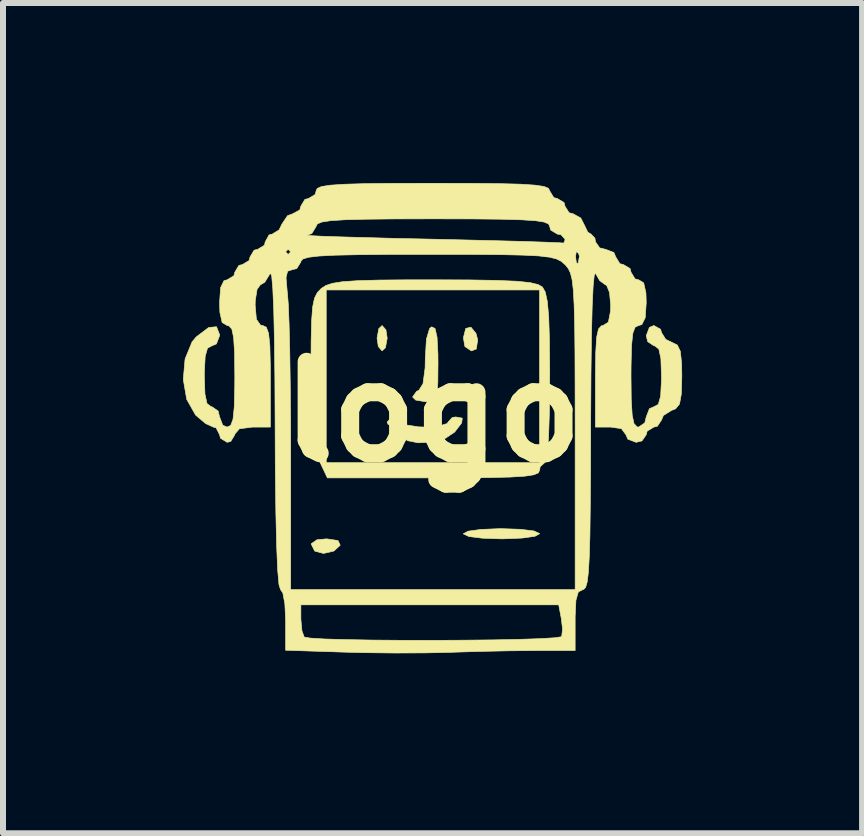
<source format=kicad_pcb>
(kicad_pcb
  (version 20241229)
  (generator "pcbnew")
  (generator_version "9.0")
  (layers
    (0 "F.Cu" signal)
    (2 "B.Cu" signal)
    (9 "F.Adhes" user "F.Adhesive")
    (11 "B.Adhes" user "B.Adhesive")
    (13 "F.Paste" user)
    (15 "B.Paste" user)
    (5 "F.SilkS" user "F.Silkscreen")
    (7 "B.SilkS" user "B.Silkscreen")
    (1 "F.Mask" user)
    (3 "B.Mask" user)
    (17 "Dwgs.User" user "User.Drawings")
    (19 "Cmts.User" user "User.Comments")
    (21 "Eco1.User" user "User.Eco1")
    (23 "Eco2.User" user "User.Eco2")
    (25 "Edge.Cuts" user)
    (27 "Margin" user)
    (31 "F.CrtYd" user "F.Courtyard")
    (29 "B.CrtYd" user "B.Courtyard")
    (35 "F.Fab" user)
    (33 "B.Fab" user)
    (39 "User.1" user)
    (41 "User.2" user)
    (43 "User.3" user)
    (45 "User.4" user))
  (footprint "logo"
    (layer "F.Cu")
    (at 4.166 3.815)
    (property "Reference" "logo" (at 0 0 0) (layer "F.SilkS") (effects (font (size 1.524 1.524) (thickness 0.3))))
    (attr through_hole)
    (fp_poly (pts (xy -0.783 -1.367) (xy -0.762 -1.228) (xy -0.791 -1.069) (xy -0.847 -1.016) (xy -0.91 -1.088) (xy -0.931 -1.228) (xy -0.902 -1.387) (xy -0.847 -1.439) (xy -0.783 -1.367)) (stroke (width 0.01) (type solid)) (fill yes) (layer "F.SilkS"))
    (fp_poly (pts (xy 0.718 -1.308) (xy 0.747 -1.2) (xy 0.723 -1.047) (xy 0.641 -1.016) (xy 0.533 -1.089) (xy 0.508 -1.235) (xy 0.547 -1.39) (xy 0.633 -1.412) (xy 0.718 -1.308)) (stroke (width 0.01) (type solid)) (fill yes) (layer "F.SilkS"))
    (fp_poly (pts (xy -1.582 2.145) (xy -1.545 2.223) (xy -1.65 2.32) (xy -1.824 2.36) (xy -1.967 2.322) (xy -1.972 2.318) (xy -2.03 2.2) (xy -1.932 2.132) (xy -1.771 2.117) (xy -1.582 2.145)) (stroke (width 0.01) (type solid)) (fill yes) (layer "F.SilkS"))
    (fp_poly (pts (xy 1.463 1.958) (xy 1.686 1.986) (xy 1.777 2.028) (xy 1.778 2.032) (xy 1.699 2.075) (xy 1.486 2.104) (xy 1.173 2.117) (xy 1.143 2.117) (xy 0.823 2.106) (xy 0.6 2.078) (xy 0.509 2.036) (xy 0.508 2.032) (xy 0.587 1.989) (xy 0.8 1.96) (xy 1.113 1.947) (xy 1.143 1.947) (xy 1.463 1.958)) (stroke (width 0.01) (type solid)) (fill yes) (layer "F.SilkS"))
    (fp_poly (pts (xy 0.036 -1.389) (xy 0.069 -1.244) (xy 0.084 -0.959) (xy 0.085 -0.811) (xy 0.082 -0.486) (xy 0.067 -0.295) (xy 0.026 -0.202) (xy -0.05 -0.172) (xy -0.127 -0.169) (xy -0.286 -0.196) (xy -0.339 -0.247) (xy -0.272 -0.342) (xy -0.233 -0.36) (xy -0.165 -0.469) (xy -0.13 -0.732) (xy -0.127 -0.888) (xy -0.108 -1.212) (xy -0.055 -1.39) (xy -0.021 -1.417) (xy 0.036 -1.389)) (stroke (width 0.01) (type solid)) (fill yes) (layer "F.SilkS"))
    (fp_poly (pts (xy 0.49 0.105) (xy 0.479 0.186) (xy 0.362 0.338) (xy 0.204 0.443) (xy -0.016 0.503) (xy -0.245 0.516) (xy -0.427 0.48) (xy -0.508 0.39) (xy -0.508 0.381) (xy -0.576 0.269) (xy -0.635 0.254) (xy -0.748 0.208) (xy -0.762 0.169) (xy -0.693 0.094) (xy -0.635 0.085) (xy -0.522 0.13) (xy -0.508 0.169) (xy -0.432 0.22) (xy -0.241 0.25) (xy -0.127 0.254) (xy 0.1 0.237) (xy 0.237 0.195) (xy 0.254 0.169) (xy 0.323 0.094) (xy 0.381 0.085) (xy 0.49 0.105)) (stroke (width 0.01) (type solid)) (fill yes) (layer "F.SilkS"))
    (fp_poly (pts (xy 0.612 -2.199) (xy 1.069 -2.191) (xy 1.398 -2.177) (xy 1.621 -2.154) (xy 1.757 -2.121) (xy 1.826 -2.08) (xy 1.873 -1.997) (xy 1.907 -1.841) (xy 1.93 -1.589) (xy 1.942 -1.219) (xy 1.947 -0.708) (xy 1.947 -0.556) (xy 1.942 -0.004) (xy 1.928 0.421) (xy 1.905 0.706) (xy 1.874 0.839) (xy 1.863 0.847) (xy 1.788 0.915) (xy 1.778 0.974) (xy 1.758 1.017) (xy 1.683 1.049) (xy 1.534 1.072) (xy 1.291 1.087) (xy 0.932 1.096) (xy 0.439 1.1) (xy 0.01 1.101) (xy -1.759 1.101) (xy -1.895 0.813) (xy -1.954 0.648) (xy -1.994 0.421) (xy -2.019 0.104) (xy -2.03 -0.333) (xy -2.032 -0.692) (xy -2.03 -1.174) (xy -2.022 -1.516) (xy -2.005 -1.746) (xy -1.974 -1.894) (xy -1.926 -1.989) (xy -1.884 -2.032) (xy -1.778 -2.032) (xy -1.778 0.847) (xy 1.778 0.847) (xy 1.778 -2.032) (xy -1.778 -2.032) (xy -1.884 -2.032) (xy -1.862 -2.056) (xy -1.785 -2.106) (xy -1.673 -2.143) (xy -1.501 -2.17) (xy -1.247 -2.187) (xy -0.887 -2.197) (xy -0.396 -2.201) (xy 0.007 -2.201) (xy 0.612 -2.199)) (stroke (width 0.01) (type solid)) (fill yes) (layer "F.SilkS"))
    (fp_poly (pts (xy 0.631 -3.809) (xy 1.113 -3.804) (xy 1.463 -3.795) (xy 1.703 -3.779) (xy 1.851 -3.757) (xy 1.926 -3.726) (xy 1.947 -3.685) (xy 1.947 -3.683) (xy 2.015 -3.571) (xy 2.074 -3.556) (xy 2.187 -3.488) (xy 2.201 -3.429) (xy 2.27 -3.319) (xy 2.336 -3.302) (xy 2.465 -3.231) (xy 2.515 -3.133) (xy 2.582 -2.995) (xy 2.635 -2.963) (xy 2.701 -2.895) (xy 2.709 -2.836) (xy 2.78 -2.733) (xy 2.879 -2.709) (xy 3.017 -2.656) (xy 3.048 -2.582) (xy 3.116 -2.47) (xy 3.175 -2.455) (xy 3.287 -2.388) (xy 3.302 -2.328) (xy 3.37 -2.216) (xy 3.429 -2.201) (xy 3.513 -2.151) (xy 3.551 -1.982) (xy 3.556 -1.82) (xy 3.539 -1.569) (xy 3.483 -1.455) (xy 3.429 -1.439) (xy 3.37 -1.411) (xy 3.332 -1.309) (xy 3.311 -1.104) (xy 3.303 -0.769) (xy 3.302 -0.593) (xy 3.306 -0.198) (xy 3.322 0.056) (xy 3.352 0.196) (xy 3.403 0.25) (xy 3.429 0.254) (xy 3.532 0.183) (xy 3.556 0.085) (xy 3.609 -0.053) (xy 3.683 -0.085) (xy 3.757 -0.124) (xy 3.796 -0.262) (xy 3.81 -0.531) (xy 3.81 -0.593) (xy 3.8 -0.888) (xy 3.766 -1.046) (xy 3.698 -1.1) (xy 3.683 -1.101) (xy 3.58 -1.171) (xy 3.556 -1.27) (xy 3.609 -1.408) (xy 3.683 -1.439) (xy 3.795 -1.377) (xy 3.81 -1.322) (xy 3.881 -1.208) (xy 3.979 -1.161) (xy 4.074 -1.114) (xy 4.125 -1.008) (xy 4.146 -0.801) (xy 4.149 -0.593) (xy 4.141 -0.298) (xy 4.111 -0.131) (xy 4.046 -0.051) (xy 3.979 -0.025) (xy 3.842 0.061) (xy 3.81 0.137) (xy 3.742 0.24) (xy 3.683 0.254) (xy 3.571 0.322) (xy 3.556 0.381) (xy 3.485 0.484) (xy 3.387 0.508) (xy 3.249 0.455) (xy 3.217 0.381) (xy 3.142 0.28) (xy 2.963 0.254) (xy 2.709 0.254) (xy 2.709 -0.593) (xy 2.714 -0.987) (xy 2.729 -1.241) (xy 2.76 -1.381) (xy 2.81 -1.435) (xy 2.836 -1.439) (xy 2.925 -1.495) (xy 2.961 -1.681) (xy 2.963 -1.778) (xy 2.944 -1.99) (xy 2.896 -2.108) (xy 2.876 -2.117) (xy 2.781 -2.186) (xy 2.712 -2.307) (xy 2.69 -2.282) (xy 2.671 -2.096) (xy 2.655 -1.755) (xy 2.643 -1.267) (xy 2.635 -0.639) (xy 2.63 0.12) (xy 2.63 0.233) (xy 2.628 0.994) (xy 2.623 1.602) (xy 2.617 2.073) (xy 2.606 2.425) (xy 2.592 2.673) (xy 2.572 2.834) (xy 2.546 2.924) (xy 2.514 2.96) (xy 2.498 2.963) (xy 2.424 3.002) (xy 2.384 3.141) (xy 2.371 3.41) (xy 2.371 3.471) (xy 2.371 3.979) (xy 1.706 3.979) (xy 1.286 3.983) (xy 0.795 3.993) (xy 0.333 4.007) (xy 0.288 4.009) (xy -0.126 4.018) (xy -0.633 4.02) (xy -1.155 4.014) (xy -1.46 4.006) (xy -2.455 3.974) (xy -2.455 3.469) (xy -2.467 3.217) (xy -2.201 3.217) (xy -2.201 3.457) (xy -2.183 3.651) (xy -2.145 3.754) (xy -2.046 3.771) (xy -1.807 3.786) (xy -1.456 3.796) (xy -1.02 3.804) (xy -0.528 3.808) (xy -0.008 3.809) (xy 0.513 3.806) (xy 1.006 3.801) (xy 1.443 3.792) (xy 1.798 3.78) (xy 2.041 3.765) (xy 2.145 3.748) (xy 2.146 3.746) (xy 2.161 3.623) (xy 2.141 3.45) (xy 2.097 3.217) (xy -2.201 3.217) (xy -2.467 3.217) (xy -2.468 3.199) (xy -2.502 3.017) (xy -2.54 2.963) (xy -2.566 2.88) (xy -2.588 2.632) (xy -2.605 2.226) (xy -2.618 1.666) (xy -2.627 0.959) (xy -2.63 0.233) (xy -2.634 -0.544) (xy -2.642 -1.19) (xy -2.653 -1.697) (xy -2.669 -2.058) (xy -2.685 -2.237) (xy -2.448 -2.237) (xy -2.429 -2.01) (xy -2.425 -1.978) (xy -2.41 -1.788) (xy -2.397 -1.456) (xy -2.386 -1.009) (xy -2.378 -0.474) (xy -2.372 0.121) (xy -2.371 0.689) (xy -2.371 2.963) (xy 2.371 2.963) (xy 2.371 0.339) (xy 2.37 -0.398) (xy 2.368 -0.985) (xy 2.363 -1.439) (xy 2.354 -1.781) (xy 2.341 -2.027) (xy 2.321 -2.199) (xy 2.293 -2.313) (xy 2.257 -2.388) (xy 2.212 -2.445) (xy 2.201 -2.455) (xy 2.141 -2.508) (xy 2.062 -2.548) (xy 1.945 -2.578) (xy 1.847 -2.589) (xy 2.377 -2.589) (xy 2.393 -2.48) (xy 2.422 -2.478) (xy 2.442 -2.592) (xy 2.429 -2.641) (xy 2.391 -2.673) (xy 2.377 -2.589) (xy 1.847 -2.589) (xy 1.768 -2.599) (xy 1.509 -2.612) (xy 1.148 -2.62) (xy 0.664 -2.624) (xy 0.035 -2.625) (xy -0.085 -2.625) (xy -0.746 -2.624) (xy -1.256 -2.619) (xy -1.635 -2.611) (xy -1.9 -2.597) (xy -2.069 -2.577) (xy -2.163 -2.55) (xy -2.199 -2.514) (xy -2.201 -2.498) (xy -2.27 -2.388) (xy -2.34 -2.371) (xy -2.422 -2.344) (xy -2.448 -2.237) (xy -2.685 -2.237) (xy -2.687 -2.266) (xy -2.709 -2.314) (xy -2.712 -2.307) (xy -2.803 -2.16) (xy -2.876 -2.117) (xy -2.931 -2.042) (xy -2.961 -1.854) (xy -2.963 -1.778) (xy -2.942 -1.543) (xy -2.873 -1.445) (xy -2.836 -1.439) (xy -2.777 -1.411) (xy -2.739 -1.309) (xy -2.718 -1.104) (xy -2.71 -0.769) (xy -2.709 -0.593) (xy -2.709 0.254) (xy -3.006 0.254) (xy -3.225 0.282) (xy -3.301 0.369) (xy -3.302 0.381) (xy -3.37 0.493) (xy -3.429 0.508) (xy -3.541 0.44) (xy -3.556 0.381) (xy -3.613 0.268) (xy -3.662 0.253) (xy -3.789 0.195) (xy -3.952 0.057) (xy -3.958 0.05) (xy -4.104 -0.209) (xy -4.161 -0.541) (xy -4.131 -0.882) (xy -4.014 -1.167) (xy -3.945 -1.249) (xy -3.738 -1.406) (xy -3.607 -1.419) (xy -3.556 -1.288) (xy -3.556 -1.27) (xy -3.609 -1.132) (xy -3.683 -1.101) (xy -3.757 -1.062) (xy -3.796 -0.923) (xy -3.81 -0.654) (xy -3.81 -0.593) (xy -3.8 -0.298) (xy -3.766 -0.139) (xy -3.698 -0.086) (xy -3.683 -0.085) (xy -3.58 -0.014) (xy -3.556 0.085) (xy -3.503 0.223) (xy -3.429 0.254) (xy -3.37 0.226) (xy -3.332 0.124) (xy -3.311 -0.081) (xy -3.303 -0.416) (xy -3.302 -0.593) (xy -3.306 -0.987) (xy -3.322 -1.241) (xy -3.352 -1.381) (xy -3.403 -1.435) (xy -3.429 -1.439) (xy -3.513 -1.489) (xy -3.551 -1.659) (xy -3.556 -1.82) (xy -3.539 -2.071) (xy -3.483 -2.186) (xy -3.429 -2.201) (xy -3.317 -2.269) (xy -3.302 -2.328) (xy -3.234 -2.441) (xy -3.175 -2.455) (xy -3.063 -2.523) (xy -3.048 -2.582) (xy -2.997 -2.667) (xy -2.455 -2.667) (xy -2.413 -2.625) (xy -2.371 -2.667) (xy -2.413 -2.709) (xy -2.455 -2.667) (xy -2.997 -2.667) (xy -2.98 -2.695) (xy -2.921 -2.709) (xy -2.809 -2.777) (xy -2.794 -2.836) (xy -2.734 -2.944) (xy -2.095 -2.944) (xy -2.055 -2.938) (xy -1.866 -2.928) (xy -1.548 -2.917) (xy -1.121 -2.905) (xy -0.606 -2.891) (xy -0.042 -2.879) (xy 0.55 -2.865) (xy 1.083 -2.852) (xy 1.535 -2.84) (xy 1.884 -2.828) (xy 2.106 -2.819) (xy 2.18 -2.813) (xy 2.201 -2.858) (xy 2.201 -2.879) (xy 2.133 -2.954) (xy 2.074 -2.963) (xy 1.962 -3.031) (xy 1.947 -3.09) (xy 1.928 -3.132) (xy 1.856 -3.163) (xy 1.712 -3.186) (xy 1.477 -3.201) (xy 1.132 -3.211) (xy 0.658 -3.216) (xy 0.034 -3.217) (xy 0 -3.217) (xy -0.631 -3.216) (xy -1.113 -3.211) (xy -1.463 -3.202) (xy -1.703 -3.187) (xy -1.851 -3.164) (xy -1.926 -3.133) (xy -1.947 -3.093) (xy -1.947 -3.09) (xy -2.018 -2.973) (xy -2.095 -2.944) (xy -2.734 -2.944) (xy -2.731 -2.949) (xy -2.677 -2.963) (xy -2.563 -3.034) (xy -2.515 -3.133) (xy -2.423 -3.27) (xy -2.336 -3.302) (xy -2.219 -3.366) (xy -2.201 -3.429) (xy -2.134 -3.541) (xy -2.074 -3.556) (xy -1.962 -3.624) (xy -1.947 -3.683) (xy -1.928 -3.724) (xy -1.856 -3.756) (xy -1.712 -3.778) (xy -1.477 -3.794) (xy -1.132 -3.804) (xy -0.658 -3.809) (xy -0.034 -3.81) (xy 0 -3.81) (xy 0.631 -3.809)) (stroke (width 0.01) (type solid)) (fill yes) (layer "F.SilkS")))
  (gr_rect
    (start -3 -3)
    (end 11.32 10.84)
    (stroke (width 0.1) (type default))
    (fill no)
    (layer "Edge.Cuts")))
</source>
